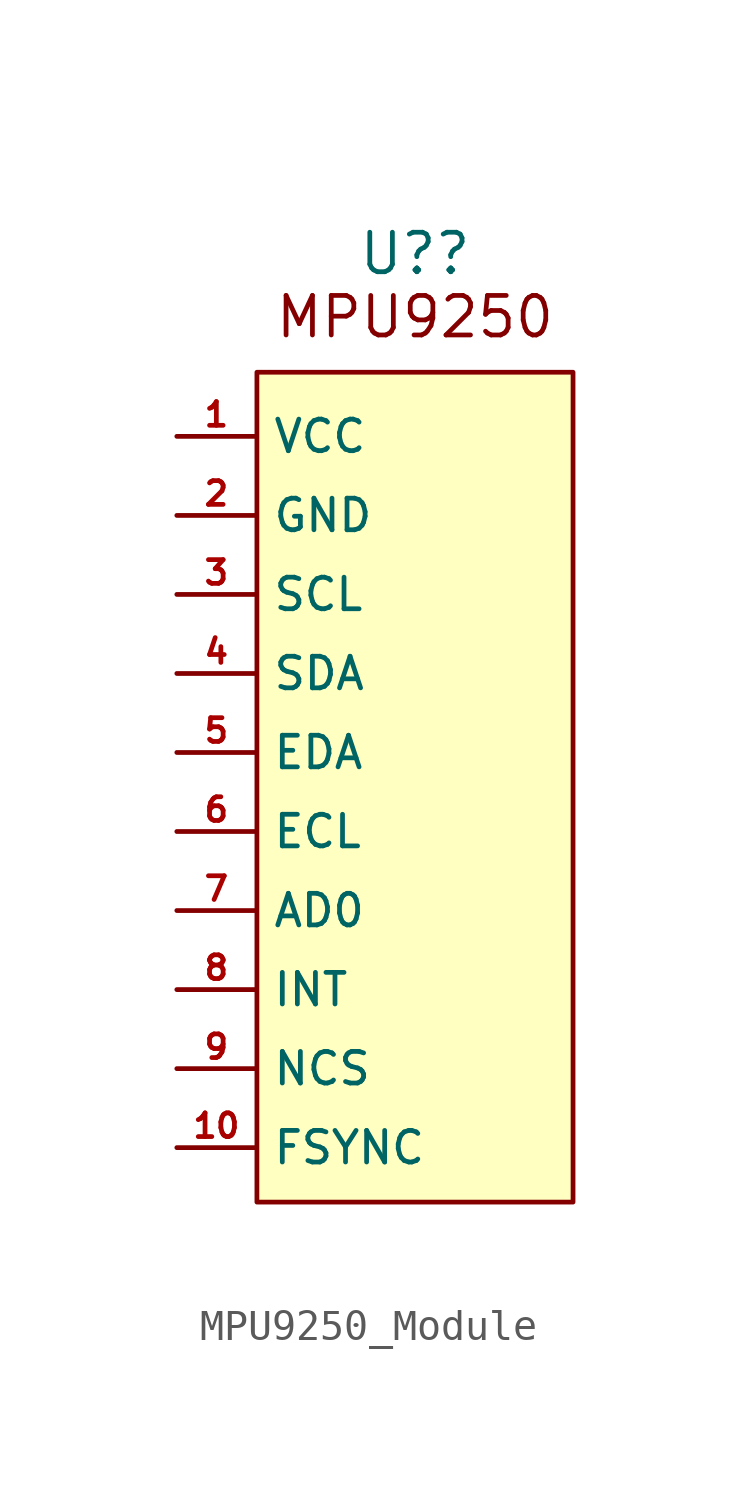
<source format=kicad_sym>
(kicad_symbol_lib
  (version 20231120)
  (generator "kicad_symbol_editor")
  (generator_version "8.0")
  (symbol "MPU9250_Module"
    (property "Reference" "U?"
      (at 0 0 0)
      (effects (font (size 1.27 1.27))))
    (property "Value" ""
      (at 1.524 -0.762 0)
      (effects (font (size 1.27 1.27))))
    (symbol "MPU9250_Module_1_1"
      (rectangle (start -5.08 -3.81) (end 5.08 -30.48) (stroke (width 0) (type default)) (fill (type background)))
      (text "MPU9250" (at 0 -2.032 0) (effects (font (size 1.27 1.27))))
      (pin input line (at -7.654 -5.87 0) (length 2.54) (name "VCC" (effects (font (size 1.016 1.016)))) (number "1" (effects (font (size 0.762 0.762)))))
      (pin bidirectional line (at -7.654 -28.73 0) (length 2.54) (name "FSYNC" (effects (font (size 1.016 1.016)))) (number "10" (effects (font (size 0.762 0.762)))))
      (pin input line (at -7.654 -8.411 0) (length 2.54) (name "GND" (effects (font (size 1.016 1.016)))) (number "2" (effects (font (size 0.762 0.762)))))
      (pin bidirectional line (at -7.654 -10.95 0) (length 2.54) (name "SCL" (effects (font (size 1.016 1.016)))) (number "3" (effects (font (size 0.762 0.762)))))
      (pin bidirectional line (at -7.654 -13.491 0) (length 2.54) (name "SDA" (effects (font (size 1.016 1.016)))) (number "4" (effects (font (size 0.762 0.762)))))
      (pin bidirectional line (at -7.654 -16.03 0) (length 2.54) (name "EDA" (effects (font (size 1.016 1.016)))) (number "5" (effects (font (size 0.762 0.762)))))
      (pin bidirectional line (at -7.654 -18.57 0) (length 2.54) (name "ECL" (effects (font (size 1.016 1.016)))) (number "6" (effects (font (size 0.762 0.762)))))
      (pin bidirectional line (at -7.654 -21.11 0) (length 2.54) (name "AD0" (effects (font (size 1.016 1.016)))) (number "7" (effects (font (size 0.762 0.762)))))
      (pin bidirectional line (at -7.654 -23.651 0) (length 2.54) (name "INT" (effects (font (size 1.016 1.016)))) (number "8" (effects (font (size 0.762 0.762)))))
      (pin bidirectional line (at -7.654 -26.191 0) (length 2.54) (name "NCS" (effects (font (size 1.016 1.016)))) (number "9" (effects (font (size 0.762 0.762))))))))
</source>
